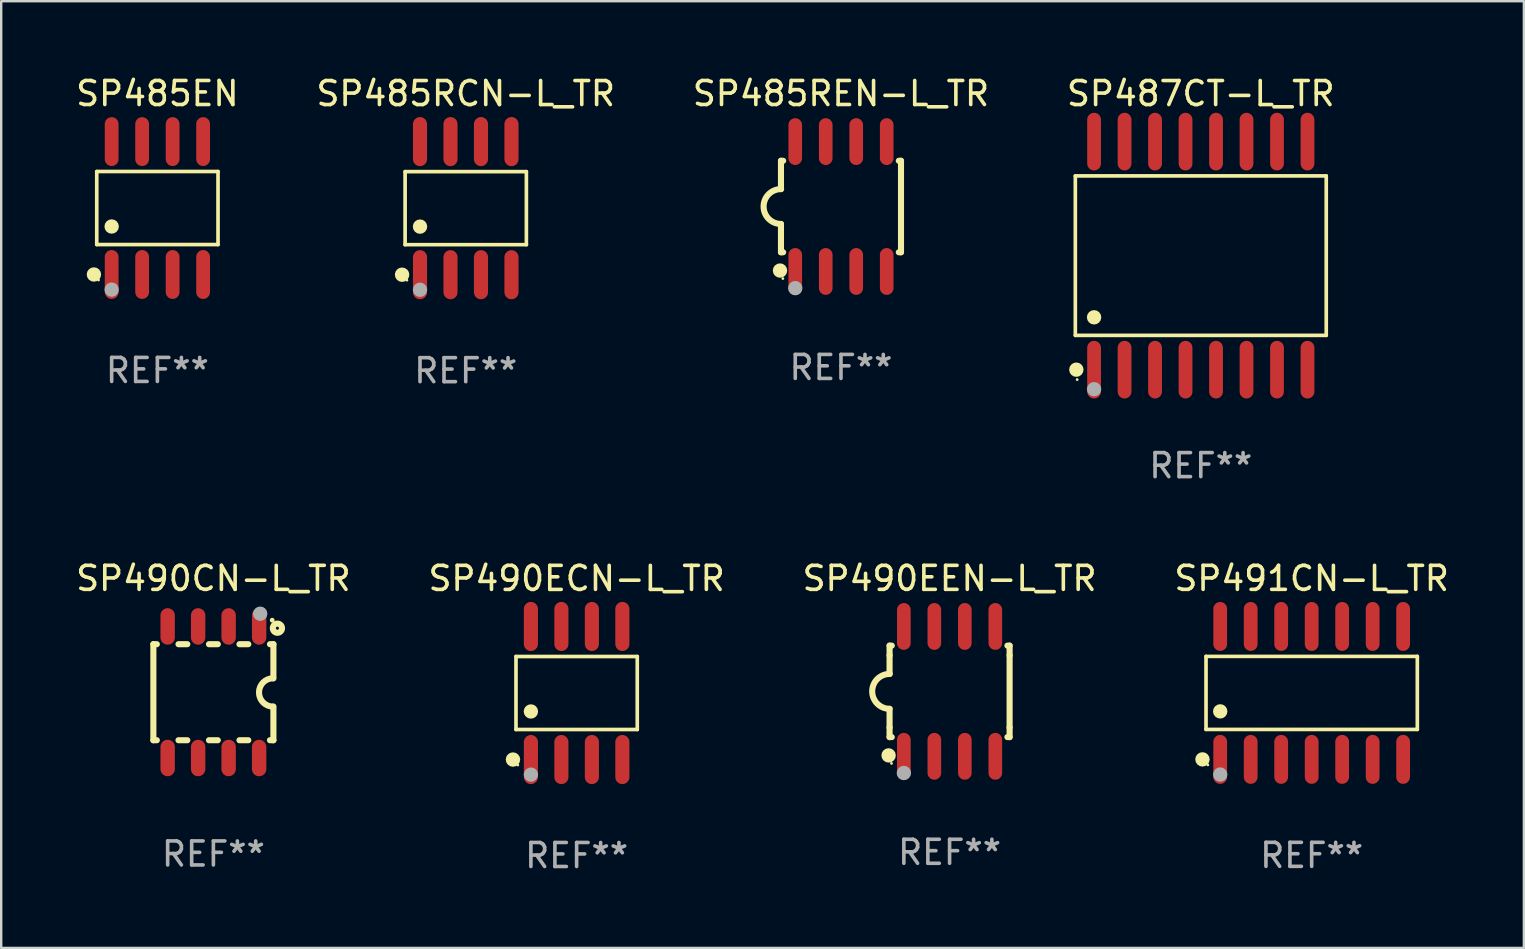
<source format=kicad_pcb>
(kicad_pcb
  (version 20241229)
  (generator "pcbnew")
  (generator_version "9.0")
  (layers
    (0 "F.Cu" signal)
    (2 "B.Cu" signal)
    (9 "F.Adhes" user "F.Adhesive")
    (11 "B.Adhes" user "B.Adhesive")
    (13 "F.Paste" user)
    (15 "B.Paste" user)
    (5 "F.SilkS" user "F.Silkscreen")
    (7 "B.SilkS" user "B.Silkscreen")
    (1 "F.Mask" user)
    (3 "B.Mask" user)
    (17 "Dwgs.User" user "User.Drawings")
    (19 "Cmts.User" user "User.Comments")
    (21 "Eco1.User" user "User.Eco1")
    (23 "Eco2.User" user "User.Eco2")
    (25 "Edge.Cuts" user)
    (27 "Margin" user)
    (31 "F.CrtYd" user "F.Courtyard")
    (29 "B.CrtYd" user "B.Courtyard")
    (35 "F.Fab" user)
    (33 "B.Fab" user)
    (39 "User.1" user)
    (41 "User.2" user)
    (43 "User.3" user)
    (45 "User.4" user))
  (footprint "SP485EN"
    (layer "F.Cu")
    (at 3.506 5.616)
    (property "Reference" "SP485EN" (at 0 -4.768 0) (layer "F.SilkS") (effects (font (size 1 1) (thickness 0.15))))
    (attr through_hole)
    (fp_line (start -2.526 -1.521) (end 2.526 -1.521) (stroke (width 0.152) (type solid)) (layer "F.SilkS"))
    (fp_line (start -2.526 1.521) (end -2.526 -1.521) (stroke (width 0.152) (type solid)) (layer "F.SilkS"))
    (fp_line (start 2.526 -1.521) (end 2.526 1.521) (stroke (width 0.152) (type solid)) (layer "F.SilkS"))
    (fp_line (start 2.526 1.521) (end -2.526 1.521) (stroke (width 0.152) (type solid)) (layer "F.SilkS"))
    (fp_circle (center -2.644 2.768) (end -2.494 2.768) (stroke (width 0.3) (type solid)) (fill no) (layer "F.SilkS"))
    (fp_circle (center -2.45 2.998) (end -2.42 2.998) (stroke (width 0.06) (type solid)) (fill no) (layer "F.SilkS"))
    (fp_circle (center -1.905 0.769) (end -1.755 0.769) (stroke (width 0.3) (type solid)) (fill no) (layer "F.SilkS"))
    (fp_circle (center -1.905 3.398) (end -1.755 3.398) (stroke (width 0.3) (type solid)) (fill no) (layer "F.Fab"))
    (fp_text user "REF**" (at 0 6.768 0) (layer "F.Fab") (effects (font (size 1 1) (thickness 0.15))))
    (pad "1" smd oval (at -1.905 2.768) (size 0.574 2.036) (layers "F.Cu" "F.Mask" "F.Paste"))
    (pad "2" smd oval (at -0.635 2.768) (size 0.574 2.036) (layers "F.Cu" "F.Mask" "F.Paste"))
    (pad "3" smd oval (at 0.635 2.768) (size 0.574 2.036) (layers "F.Cu" "F.Mask" "F.Paste"))
    (pad "4" smd oval (at 1.905 2.768) (size 0.574 2.036) (layers "F.Cu" "F.Mask" "F.Paste"))
    (pad "5" smd oval (at 1.905 -2.768) (size 0.574 2.036) (layers "F.Cu" "F.Mask" "F.Paste"))
    (pad "6" smd oval (at 0.635 -2.768) (size 0.574 2.036) (layers "F.Cu" "F.Mask" "F.Paste"))
    (pad "7" smd oval (at -0.635 -2.768) (size 0.574 2.036) (layers "F.Cu" "F.Mask" "F.Paste"))
    (pad "8" smd oval (at -1.905 -2.768) (size 0.574 2.036) (layers "F.Cu" "F.Mask" "F.Paste")))
  (footprint "SP487CT-L_TR"
    (layer "F.Cu")
    (at 46.97 7.599)
    (property "Reference" "SP487CT-L_TR" (at 0 -6.75 0) (layer "F.SilkS") (effects (font (size 1 1) (thickness 0.15))))
    (attr through_hole)
    (fp_line (start -5.226 -3.321) (end 5.226 -3.321) (stroke (width 0.152) (type solid)) (layer "F.SilkS"))
    (fp_line (start -5.226 3.321) (end -5.226 -3.321) (stroke (width 0.152) (type solid)) (layer "F.SilkS"))
    (fp_line (start 5.226 -3.321) (end 5.226 3.321) (stroke (width 0.152) (type solid)) (layer "F.SilkS"))
    (fp_line (start 5.226 3.321) (end -5.226 3.321) (stroke (width 0.152) (type solid)) (layer "F.SilkS"))
    (fp_circle (center -5.184 4.75) (end -5.034 4.75) (stroke (width 0.3) (type solid)) (fill no) (layer "F.SilkS"))
    (fp_circle (center -5.15 5.163) (end -5.12 5.163) (stroke (width 0.06) (type solid)) (fill no) (layer "F.SilkS"))
    (fp_circle (center -4.445 2.569) (end -4.295 2.569) (stroke (width 0.3) (type solid)) (fill no) (layer "F.SilkS"))
    (fp_circle (center -4.445 5.563) (end -4.295 5.563) (stroke (width 0.3) (type solid)) (fill no) (layer "F.Fab"))
    (fp_text user "REF**" (at 0 8.75 0) (layer "F.Fab") (effects (font (size 1 1) (thickness 0.15))))
    (pad "1" smd oval (at -4.445 4.75) (size 0.574 2.401) (layers "F.Cu" "F.Mask" "F.Paste"))
    (pad "2" smd oval (at -3.175 4.75) (size 0.574 2.401) (layers "F.Cu" "F.Mask" "F.Paste"))
    (pad "3" smd oval (at -1.905 4.75) (size 0.574 2.401) (layers "F.Cu" "F.Mask" "F.Paste"))
    (pad "4" smd oval (at -0.635 4.75) (size 0.574 2.401) (layers "F.Cu" "F.Mask" "F.Paste"))
    (pad "5" smd oval (at 0.635 4.75) (size 0.574 2.401) (layers "F.Cu" "F.Mask" "F.Paste"))
    (pad "6" smd oval (at 1.905 4.75) (size 0.574 2.401) (layers "F.Cu" "F.Mask" "F.Paste"))
    (pad "7" smd oval (at 3.175 4.75) (size 0.574 2.401) (layers "F.Cu" "F.Mask" "F.Paste"))
    (pad "8" smd oval (at 4.445 4.75) (size 0.574 2.401) (layers "F.Cu" "F.Mask" "F.Paste"))
    (pad "9" smd oval (at 4.445 -4.75) (size 0.574 2.401) (layers "F.Cu" "F.Mask" "F.Paste"))
    (pad "10" smd oval (at 3.175 -4.75) (size 0.574 2.401) (layers "F.Cu" "F.Mask" "F.Paste"))
    (pad "11" smd oval (at 1.905 -4.75) (size 0.574 2.401) (layers "F.Cu" "F.Mask" "F.Paste"))
    (pad "12" smd oval (at 0.635 -4.75) (size 0.574 2.401) (layers "F.Cu" "F.Mask" "F.Paste"))
    (pad "13" smd oval (at -0.635 -4.75) (size 0.574 2.401) (layers "F.Cu" "F.Mask" "F.Paste"))
    (pad "14" smd oval (at -1.905 -4.75) (size 0.574 2.401) (layers "F.Cu" "F.Mask" "F.Paste"))
    (pad "15" smd oval (at -3.175 -4.75) (size 0.574 2.401) (layers "F.Cu" "F.Mask" "F.Paste"))
    (pad "16" smd oval (at -4.445 -4.75) (size 0.574 2.401) (layers "F.Cu" "F.Mask" "F.Paste")))
  (footprint "SP491CN-L_TR"
    (layer "F.Cu")
    (at 51.589 25.814)
    (property "Reference" "SP491CN-L_TR" (at 0 -4.769 0) (layer "F.SilkS") (effects (font (size 1 1) (thickness 0.15))))
    (attr through_hole)
    (fp_line (start -4.401 -1.521) (end 4.401 -1.521) (stroke (width 0.152) (type solid)) (layer "F.SilkS"))
    (fp_line (start -4.401 1.521) (end -4.401 -1.521) (stroke (width 0.152) (type solid)) (layer "F.SilkS"))
    (fp_line (start 4.401 -1.521) (end 4.401 1.521) (stroke (width 0.152) (type solid)) (layer "F.SilkS"))
    (fp_line (start 4.401 1.521) (end -4.401 1.521) (stroke (width 0.152) (type solid)) (layer "F.SilkS"))
    (fp_circle (center -4.549 2.769) (end -4.399 2.769) (stroke (width 0.3) (type solid)) (fill no) (layer "F.SilkS"))
    (fp_circle (center -4.325 3) (end -4.295 3) (stroke (width 0.06) (type solid)) (fill no) (layer "F.SilkS"))
    (fp_circle (center -3.81 0.769) (end -3.66 0.769) (stroke (width 0.3) (type solid)) (fill no) (layer "F.SilkS"))
    (fp_circle (center -3.81 3.4) (end -3.66 3.4) (stroke (width 0.3) (type solid)) (fill no) (layer "F.Fab"))
    (fp_text user "REF**" (at 0 6.769 0) (layer "F.Fab") (effects (font (size 1 1) (thickness 0.15))))
    (pad "1" smd oval (at -3.81 2.769) (size 0.574 2.038) (layers "F.Cu" "F.Mask" "F.Paste"))
    (pad "2" smd oval (at -2.54 2.769) (size 0.574 2.038) (layers "F.Cu" "F.Mask" "F.Paste"))
    (pad "3" smd oval (at -1.27 2.769) (size 0.574 2.038) (layers "F.Cu" "F.Mask" "F.Paste"))
    (pad "4" smd oval (at 0 2.769) (size 0.574 2.038) (layers "F.Cu" "F.Mask" "F.Paste"))
    (pad "5" smd oval (at 1.27 2.769) (size 0.574 2.038) (layers "F.Cu" "F.Mask" "F.Paste"))
    (pad "6" smd oval (at 2.54 2.769) (size 0.574 2.038) (layers "F.Cu" "F.Mask" "F.Paste"))
    (pad "7" smd oval (at 3.81 2.769) (size 0.574 2.038) (layers "F.Cu" "F.Mask" "F.Paste"))
    (pad "8" smd oval (at 3.81 -2.769) (size 0.574 2.038) (layers "F.Cu" "F.Mask" "F.Paste"))
    (pad "9" smd oval (at 2.54 -2.769) (size 0.574 2.038) (layers "F.Cu" "F.Mask" "F.Paste"))
    (pad "10" smd oval (at 1.27 -2.769) (size 0.574 2.038) (layers "F.Cu" "F.Mask" "F.Paste"))
    (pad "11" smd oval (at 0 -2.769) (size 0.574 2.038) (layers "F.Cu" "F.Mask" "F.Paste"))
    (pad "12" smd oval (at -1.27 -2.769) (size 0.574 2.038) (layers "F.Cu" "F.Mask" "F.Paste"))
    (pad "13" smd oval (at -2.54 -2.769) (size 0.574 2.038) (layers "F.Cu" "F.Mask" "F.Paste"))
    (pad "14" smd oval (at -3.81 -2.769) (size 0.574 2.038) (layers "F.Cu" "F.Mask" "F.Paste")))
  (footprint "SP490ECN-L_TR"
    (layer "F.Cu")
    (at 20.97 25.818)
    (property "Reference" "SP490ECN-L_TR" (at 0 -4.772 0) (layer "F.SilkS") (effects (font (size 1 1) (thickness 0.15))))
    (attr through_hole)
    (fp_line (start -2.526 -1.521) (end 2.526 -1.521) (stroke (width 0.152) (type solid)) (layer "F.SilkS"))
    (fp_line (start -2.526 1.521) (end -2.526 -1.521) (stroke (width 0.152) (type solid)) (layer "F.SilkS"))
    (fp_line (start 2.526 -1.521) (end 2.526 1.521) (stroke (width 0.152) (type solid)) (layer "F.SilkS"))
    (fp_line (start 2.526 1.521) (end -2.526 1.521) (stroke (width 0.152) (type solid)) (layer "F.SilkS"))
    (fp_circle (center -2.652 2.772) (end -2.501 2.772) (stroke (width 0.3) (type solid)) (fill no) (layer "F.SilkS"))
    (fp_circle (center -2.45 3) (end -2.42 3) (stroke (width 0.06) (type solid)) (fill no) (layer "F.SilkS"))
    (fp_circle (center -1.905 0.769) (end -1.755 0.769) (stroke (width 0.3) (type solid)) (fill no) (layer "F.SilkS"))
    (fp_circle (center -1.905 3.4) (end -1.755 3.4) (stroke (width 0.3) (type solid)) (fill no) (layer "F.Fab"))
    (fp_text user "REF**" (at 0 6.772 0) (layer "F.Fab") (effects (font (size 1 1) (thickness 0.15))))
    (pad "1" smd oval (at -1.905 2.772) (size 0.588 2.045) (layers "F.Cu" "F.Mask" "F.Paste"))
    (pad "2" smd oval (at -0.635 2.772) (size 0.588 2.045) (layers "F.Cu" "F.Mask" "F.Paste"))
    (pad "3" smd oval (at 0.635 2.772) (size 0.588 2.045) (layers "F.Cu" "F.Mask" "F.Paste"))
    (pad "4" smd oval (at 1.905 2.772) (size 0.588 2.045) (layers "F.Cu" "F.Mask" "F.Paste"))
    (pad "5" smd oval (at 1.905 -2.772) (size 0.588 2.045) (layers "F.Cu" "F.Mask" "F.Paste"))
    (pad "6" smd oval (at 0.635 -2.772) (size 0.588 2.045) (layers "F.Cu" "F.Mask" "F.Paste"))
    (pad "7" smd oval (at -0.635 -2.772) (size 0.588 2.045) (layers "F.Cu" "F.Mask" "F.Paste"))
    (pad "8" smd oval (at -1.905 -2.772) (size 0.588 2.045) (layers "F.Cu" "F.Mask" "F.Paste")))
  (footprint "SP490CN-L_TR"
    (layer "F.Cu")
    (at 5.839 25.785)
    (property "Reference" "SP490CN-L_TR" (at 0 -4.74 0) (layer "F.SilkS") (effects (font (size 1 1) (thickness 0.15))))
    (attr through_hole)
    (fp_line (start -2.5 2) (end -2.5 -2) (stroke (width 0.254) (type solid)) (layer "F.SilkS"))
    (fp_line (start -2.356 -2) (end -2.5 -2) (stroke (width 0.254) (type solid)) (layer "F.SilkS"))
    (fp_line (start -2.356 2) (end -2.5 2) (stroke (width 0.254) (type solid)) (layer "F.SilkS"))
    (fp_line (start -1.086 -2) (end -1.454 -2) (stroke (width 0.254) (type solid)) (layer "F.SilkS"))
    (fp_line (start -1.086 2) (end -1.454 2) (stroke (width 0.254) (type solid)) (layer "F.SilkS"))
    (fp_line (start 0.184 -2) (end -0.184 -2) (stroke (width 0.254) (type solid)) (layer "F.SilkS"))
    (fp_line (start 0.184 2) (end -0.184 2) (stroke (width 0.254) (type solid)) (layer "F.SilkS"))
    (fp_line (start 1.454 -2) (end 1.086 -2) (stroke (width 0.254) (type solid)) (layer "F.SilkS"))
    (fp_line (start 1.454 2) (end 1.086 2) (stroke (width 0.254) (type solid)) (layer "F.SilkS"))
    (fp_line (start 2.5 -2) (end 2.356 -2) (stroke (width 0.254) (type solid)) (layer "F.SilkS"))
    (fp_line (start 2.5 -0.58) (end 2.5 -2) (stroke (width 0.254) (type solid)) (layer "F.SilkS"))
    (fp_line (start 2.5 2) (end 2.356 2) (stroke (width 0.254) (type solid)) (layer "F.SilkS"))
    (fp_line (start 2.5 2) (end 2.5 0.6) (stroke (width 0.254) (type solid)) (layer "F.SilkS"))
    (fp_arc (start 2.489992 0.600051) (mid 1.901674 0.010046) (end 2.489992 -0.579959) (stroke (width 0.254001) (type solid)) (layer "F.SilkS"))
    (fp_circle (center 2.45 -3) (end 2.5 -3) (stroke (width 0.1) (type solid)) (fill no) (layer "F.SilkS"))
    (fp_circle (center 2.667 -2.667) (end 2.858 -2.667) (stroke (width 0.254) (type solid)) (fill no) (layer "F.SilkS"))
    (fp_circle (center 1.95 -3.27) (end 2.1 -3.27) (stroke (width 0.3) (type solid)) (fill no) (layer "F.Fab"))
    (fp_text user "REF**" (at 0 6.74 0) (layer "F.Fab") (effects (font (size 1 1) (thickness 0.15))))
    (pad "1" smd oval (at 1.905 -2.74) (size 0.6 1.52) (layers "F.Cu" "F.Mask" "F.Paste"))
    (pad "2" smd oval (at 0.635 -2.74) (size 0.6 1.52) (layers "F.Cu" "F.Mask" "F.Paste"))
    (pad "3" smd oval (at -0.635 -2.74) (size 0.6 1.52) (layers "F.Cu" "F.Mask" "F.Paste"))
    (pad "4" smd oval (at -1.905 -2.74) (size 0.6 1.52) (layers "F.Cu" "F.Mask" "F.Paste"))
    (pad "5" smd oval (at -1.905 2.74) (size 0.6 1.52) (layers "F.Cu" "F.Mask" "F.Paste"))
    (pad "6" smd oval (at -0.635 2.74) (size 0.6 1.52) (layers "F.Cu" "F.Mask" "F.Paste"))
    (pad "7" smd oval (at 0.635 2.74) (size 0.6 1.52) (layers "F.Cu" "F.Mask" "F.Paste"))
    (pad "8" smd oval (at 1.905 2.74) (size 0.6 1.52) (layers "F.Cu" "F.Mask" "F.Paste")))
  (footprint "SP490EEN-L_TR"
    (layer "F.Cu")
    (at 36.506 25.75)
    (property "Reference" "SP490EEN-L_TR" (at 0 -4.705 0) (layer "F.SilkS") (effects (font (size 1 1) (thickness 0.15))))
    (attr through_hole)
    (fp_line (start -2.5 -1.905) (end -2.409 -1.905) (stroke (width 0.254) (type solid)) (layer "F.SilkS"))
    (fp_line (start -2.5 -1.5) (end -2.5 -1.905) (stroke (width 0.254) (type solid)) (layer "F.SilkS"))
    (fp_line (start -2.5 -1.5) (end -2.5 -0.726) (stroke (width 0.254) (type solid)) (layer "F.SilkS"))
    (fp_line (start -2.5 1.5) (end -2.5 0.727) (stroke (width 0.254) (type solid)) (layer "F.SilkS"))
    (fp_line (start -2.5 1.5) (end -2.5 1.905) (stroke (width 0.254) (type solid)) (layer "F.SilkS"))
    (fp_line (start -2.5 1.905) (end -2.409 1.905) (stroke (width 0.254) (type solid)) (layer "F.SilkS"))
    (fp_line (start 2.5 -1.905) (end 2.409 -1.905) (stroke (width 0.254) (type solid)) (layer "F.SilkS"))
    (fp_line (start 2.5 -1.5) (end 2.5 -1.905) (stroke (width 0.254) (type solid)) (layer "F.SilkS"))
    (fp_line (start 2.5 -1.5) (end 2.5 1.5) (stroke (width 0.254) (type solid)) (layer "F.SilkS"))
    (fp_line (start 2.5 1.5) (end 2.5 1.905) (stroke (width 0.254) (type solid)) (layer "F.SilkS"))
    (fp_line (start 2.5 1.905) (end 2.409 1.905) (stroke (width 0.254) (type solid)) (layer "F.SilkS"))
    (fp_arc (start -2.5 0.726568) (mid -3.220316 -0.0023) (end -2.495097 -0.726289) (stroke (width 0.254001) (type solid)) (layer "F.SilkS"))
    (fp_circle (center -2.54 2.667) (end -2.39 2.667) (stroke (width 0.3) (type solid)) (fill no) (layer "F.SilkS"))
    (fp_circle (center -2.42 3) (end -2.39 3) (stroke (width 0.06) (type solid)) (fill no) (layer "F.SilkS"))
    (fp_circle (center -1.905 3.4) (end -1.755 3.4) (stroke (width 0.3) (type solid)) (fill no) (layer "F.Fab"))
    (fp_text user "REF**" (at 0 6.705 0) (layer "F.Fab") (effects (font (size 1 1) (thickness 0.15))))
    (pad "1" smd oval (at -1.905 2.705) (size 0.568 1.95) (layers "F.Cu" "F.Mask" "F.Paste"))
    (pad "2" smd oval (at -0.635 2.705) (size 0.568 1.95) (layers "F.Cu" "F.Mask" "F.Paste"))
    (pad "3" smd oval (at 0.635 2.705) (size 0.568 1.95) (layers "F.Cu" "F.Mask" "F.Paste"))
    (pad "4" smd oval (at 1.905 2.705) (size 0.568 1.95) (layers "F.Cu" "F.Mask" "F.Paste"))
    (pad "5" smd oval (at 1.905 -2.705) (size 0.568 1.95) (layers "F.Cu" "F.Mask" "F.Paste"))
    (pad "6" smd oval (at 0.635 -2.705) (size 0.568 1.95) (layers "F.Cu" "F.Mask" "F.Paste"))
    (pad "7" smd oval (at -0.635 -2.705) (size 0.568 1.95) (layers "F.Cu" "F.Mask" "F.Paste"))
    (pad "8" smd oval (at -1.905 -2.705) (size 0.568 1.95) (layers "F.Cu" "F.Mask" "F.Paste")))
  (footprint "SP485RCN-L_TR"
    (layer "F.Cu")
    (at 16.351 5.621)
    (property "Reference" "SP485RCN-L_TR" (at 0 -4.772 0) (layer "F.SilkS") (effects (font (size 1 1) (thickness 0.15))))
    (attr through_hole)
    (fp_line (start -2.526 -1.521) (end 2.526 -1.521) (stroke (width 0.152) (type solid)) (layer "F.SilkS"))
    (fp_line (start -2.526 1.521) (end -2.526 -1.521) (stroke (width 0.152) (type solid)) (layer "F.SilkS"))
    (fp_line (start 2.526 -1.521) (end 2.526 1.521) (stroke (width 0.152) (type solid)) (layer "F.SilkS"))
    (fp_line (start 2.526 1.521) (end -2.526 1.521) (stroke (width 0.152) (type solid)) (layer "F.SilkS"))
    (fp_circle (center -2.652 2.772) (end -2.501 2.772) (stroke (width 0.3) (type solid)) (fill no) (layer "F.SilkS"))
    (fp_circle (center -2.45 3) (end -2.42 3) (stroke (width 0.06) (type solid)) (fill no) (layer "F.SilkS"))
    (fp_circle (center -1.905 0.769) (end -1.755 0.769) (stroke (width 0.3) (type solid)) (fill no) (layer "F.SilkS"))
    (fp_circle (center -1.905 3.4) (end -1.755 3.4) (stroke (width 0.3) (type solid)) (fill no) (layer "F.Fab"))
    (fp_text user "REF**" (at 0 6.772 0) (layer "F.Fab") (effects (font (size 1 1) (thickness 0.15))))
    (pad "1" smd oval (at -1.905 2.772) (size 0.588 2.045) (layers "F.Cu" "F.Mask" "F.Paste"))
    (pad "2" smd oval (at -0.635 2.772) (size 0.588 2.045) (layers "F.Cu" "F.Mask" "F.Paste"))
    (pad "3" smd oval (at 0.635 2.772) (size 0.588 2.045) (layers "F.Cu" "F.Mask" "F.Paste"))
    (pad "4" smd oval (at 1.905 2.772) (size 0.588 2.045) (layers "F.Cu" "F.Mask" "F.Paste"))
    (pad "5" smd oval (at 1.905 -2.772) (size 0.588 2.045) (layers "F.Cu" "F.Mask" "F.Paste"))
    (pad "6" smd oval (at 0.635 -2.772) (size 0.588 2.045) (layers "F.Cu" "F.Mask" "F.Paste"))
    (pad "7" smd oval (at -0.635 -2.772) (size 0.588 2.045) (layers "F.Cu" "F.Mask" "F.Paste"))
    (pad "8" smd oval (at -1.905 -2.772) (size 0.588 2.045) (layers "F.Cu" "F.Mask" "F.Paste")))
  (footprint "SP485REN-L_TR"
    (layer "F.Cu")
    (at 31.982 5.553)
    (property "Reference" "SP485REN-L_TR" (at 0 -4.705 0) (layer "F.SilkS") (effects (font (size 1 1) (thickness 0.15))))
    (attr through_hole)
    (fp_line (start -2.5 -1.905) (end -2.409 -1.905) (stroke (width 0.254) (type solid)) (layer "F.SilkS"))
    (fp_line (start -2.5 -1.5) (end -2.5 -1.905) (stroke (width 0.254) (type solid)) (layer "F.SilkS"))
    (fp_line (start -2.5 -1.5) (end -2.5 -0.726) (stroke (width 0.254) (type solid)) (layer "F.SilkS"))
    (fp_line (start -2.5 1.5) (end -2.5 0.727) (stroke (width 0.254) (type solid)) (layer "F.SilkS"))
    (fp_line (start -2.5 1.5) (end -2.5 1.905) (stroke (width 0.254) (type solid)) (layer "F.SilkS"))
    (fp_line (start -2.5 1.905) (end -2.409 1.905) (stroke (width 0.254) (type solid)) (layer "F.SilkS"))
    (fp_line (start 2.5 -1.905) (end 2.409 -1.905) (stroke (width 0.254) (type solid)) (layer "F.SilkS"))
    (fp_line (start 2.5 -1.5) (end 2.5 -1.905) (stroke (width 0.254) (type solid)) (layer "F.SilkS"))
    (fp_line (start 2.5 -1.5) (end 2.5 1.5) (stroke (width 0.254) (type solid)) (layer "F.SilkS"))
    (fp_line (start 2.5 1.5) (end 2.5 1.905) (stroke (width 0.254) (type solid)) (layer "F.SilkS"))
    (fp_line (start 2.5 1.905) (end 2.409 1.905) (stroke (width 0.254) (type solid)) (layer "F.SilkS"))
    (fp_arc (start -2.5 0.726568) (mid -3.220316 -0.0023) (end -2.495097 -0.726289) (stroke (width 0.254001) (type solid)) (layer "F.SilkS"))
    (fp_circle (center -2.54 2.667) (end -2.39 2.667) (stroke (width 0.3) (type solid)) (fill no) (layer "F.SilkS"))
    (fp_circle (center -2.42 3) (end -2.39 3) (stroke (width 0.06) (type solid)) (fill no) (layer "F.SilkS"))
    (fp_circle (center -1.905 3.4) (end -1.755 3.4) (stroke (width 0.3) (type solid)) (fill no) (layer "F.Fab"))
    (fp_text user "REF**" (at 0 6.705 0) (layer "F.Fab") (effects (font (size 1 1) (thickness 0.15))))
    (pad "1" smd oval (at -1.905 2.705) (size 0.568 1.95) (layers "F.Cu" "F.Mask" "F.Paste"))
    (pad "2" smd oval (at -0.635 2.705) (size 0.568 1.95) (layers "F.Cu" "F.Mask" "F.Paste"))
    (pad "3" smd oval (at 0.635 2.705) (size 0.568 1.95) (layers "F.Cu" "F.Mask" "F.Paste"))
    (pad "4" smd oval (at 1.905 2.705) (size 0.568 1.95) (layers "F.Cu" "F.Mask" "F.Paste"))
    (pad "5" smd oval (at 1.905 -2.705) (size 0.568 1.95) (layers "F.Cu" "F.Mask" "F.Paste"))
    (pad "6" smd oval (at 0.635 -2.705) (size 0.568 1.95) (layers "F.Cu" "F.Mask" "F.Paste"))
    (pad "7" smd oval (at -0.635 -2.705) (size 0.568 1.95) (layers "F.Cu" "F.Mask" "F.Paste"))
    (pad "8" smd oval (at -1.905 -2.705) (size 0.568 1.95) (layers "F.Cu" "F.Mask" "F.Paste")))
  (gr_rect
    (start -3 -3)
    (end 60.429 36.438)
    (stroke (width 0.1) (type default))
    (fill no)
    (layer "Edge.Cuts")))
</source>
